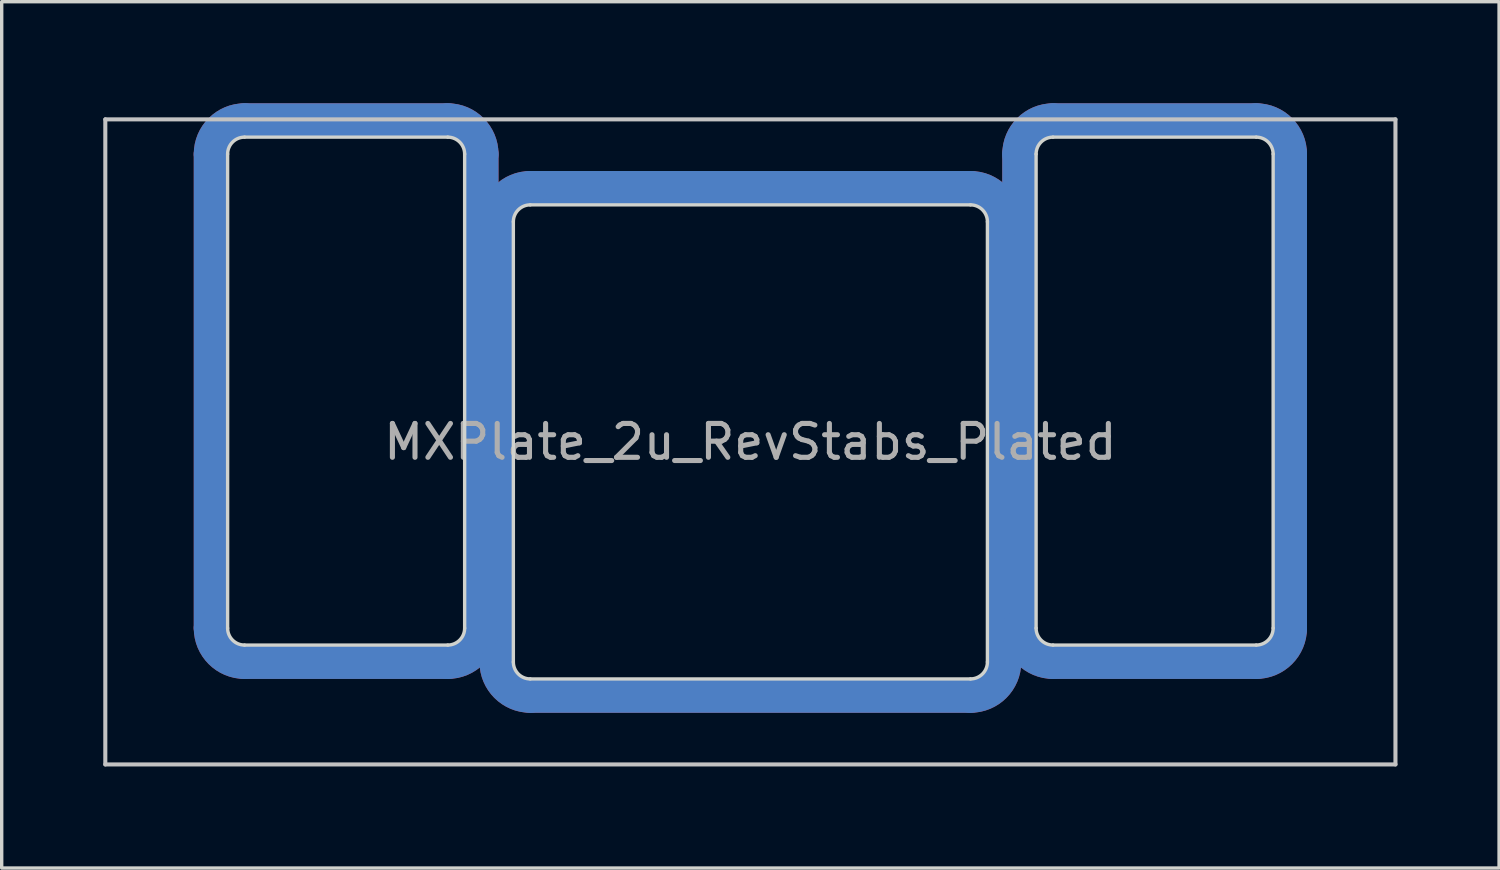
<source format=kicad_pcb>
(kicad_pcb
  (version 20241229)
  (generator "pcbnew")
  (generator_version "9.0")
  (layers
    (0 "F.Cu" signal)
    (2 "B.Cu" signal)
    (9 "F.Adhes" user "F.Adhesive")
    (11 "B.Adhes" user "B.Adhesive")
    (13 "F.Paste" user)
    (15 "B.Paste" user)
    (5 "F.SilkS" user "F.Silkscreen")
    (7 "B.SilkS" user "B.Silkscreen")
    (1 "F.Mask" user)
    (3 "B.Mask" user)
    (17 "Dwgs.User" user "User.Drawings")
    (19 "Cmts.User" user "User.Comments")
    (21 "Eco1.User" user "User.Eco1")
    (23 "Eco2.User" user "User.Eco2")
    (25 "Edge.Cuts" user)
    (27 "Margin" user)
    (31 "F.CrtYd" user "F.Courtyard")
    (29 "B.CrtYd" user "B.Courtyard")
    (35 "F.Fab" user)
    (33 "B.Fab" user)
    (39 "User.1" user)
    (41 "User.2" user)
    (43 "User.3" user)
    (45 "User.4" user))
  (footprint "MXPlate_2u_RevStabs_Plated"
    (layer "F.Cu")
    (at 19.11 10)
    (property "Reference" "MXPlate_2u_RevStabs_Plated" (at 0 0 0) (layer "F.Fab") (effects (font (size 1 1) (thickness 0.15))))
    (attr through_hole)
    (fp_line (start -15.938 -8.5) (end -15.938 5.5) (stroke (width 1) (type solid)) (layer "F.Cu"))
    (fp_line (start -14.938 6.5) (end -8.938 6.5) (stroke (width 1) (type solid)) (layer "F.Cu"))
    (fp_line (start -8.938 -9.5) (end -14.938 -9.5) (stroke (width 1) (type solid)) (layer "F.Cu"))
    (fp_line (start -7.938 5.5) (end -7.938 -8.5) (stroke (width 1) (type solid)) (layer "F.Cu"))
    (fp_line (start -7.5 -6.5) (end -7.5 6.5) (stroke (width 1) (type solid)) (layer "F.Cu"))
    (fp_line (start -6.5 7.5) (end 6.5 7.5) (stroke (width 1) (type solid)) (layer "F.Cu"))
    (fp_line (start 6.5 -7.5) (end -6.5 -7.5) (stroke (width 1) (type solid)) (layer "F.Cu"))
    (fp_line (start 7.5 6.5) (end 7.5 -6.5) (stroke (width 1) (type solid)) (layer "F.Cu"))
    (fp_line (start 7.938 -8.5) (end 7.938 5.5) (stroke (width 1) (type solid)) (layer "F.Cu"))
    (fp_line (start 8.938 6.5) (end 14.938 6.5) (stroke (width 1) (type solid)) (layer "F.Cu"))
    (fp_line (start 14.938 -9.5) (end 8.938 -9.5) (stroke (width 1) (type solid)) (layer "F.Cu"))
    (fp_line (start 15.938 5.5) (end 15.938 -8.5) (stroke (width 1) (type solid)) (layer "F.Cu"))
    (fp_arc (start -15.938 -8.499999) (mid -15.645107 -9.207106) (end -14.938 -9.499999) (stroke (width 1) (type solid)) (layer "F.Cu"))
    (fp_arc (start -14.938 6.5) (mid -15.645107 6.207107) (end -15.938 5.5) (stroke (width 1) (type solid)) (layer "F.Cu"))
    (fp_arc (start -8.937999 -9.499999) (mid -8.230892 -9.207106) (end -7.937999 -8.499999) (stroke (width 1) (type solid)) (layer "F.Cu"))
    (fp_arc (start -7.937999 5.5) (mid -8.230892 6.207107) (end -8.937999 6.5) (stroke (width 1) (type solid)) (layer "F.Cu"))
    (fp_arc (start -7.5 -6.5) (mid -7.207106 -7.207106) (end -6.499999 -7.499999) (stroke (width 1) (type solid)) (layer "F.Cu"))
    (fp_arc (start -6.5 7.500002) (mid -7.207107 7.207108) (end -7.5 6.5) (stroke (width 1) (type solid)) (layer "F.Cu"))
    (fp_arc (start 6.5 -7.499999) (mid 7.207107 -7.207106) (end 7.5 -6.499999) (stroke (width 1) (type solid)) (layer "F.Cu"))
    (fp_arc (start 7.5 6.500001) (mid 7.207107 7.207108) (end 6.5 7.500001) (stroke (width 1) (type solid)) (layer "F.Cu"))
    (fp_arc (start 7.938 -8.499999) (mid 8.230893 -9.207106) (end 8.938 -9.499999) (stroke (width 1) (type solid)) (layer "F.Cu"))
    (fp_arc (start 8.938 6.5) (mid 8.230893 6.207107) (end 7.938 5.5) (stroke (width 1) (type solid)) (layer "F.Cu"))
    (fp_arc (start 14.938 -9.499999) (mid 15.645107 -9.207106) (end 15.938 -8.499999) (stroke (width 1) (type solid)) (layer "F.Cu"))
    (fp_arc (start 15.937999 5.499999) (mid 15.645106 6.207106) (end 14.938 6.5) (stroke (width 1) (type solid)) (layer "F.Cu"))
    (fp_line (start -15.938 -8.5) (end -15.938 5.5) (stroke (width 1) (type solid)) (layer "F.Mask"))
    (fp_line (start -14.938 6.5) (end -8.938 6.5) (stroke (width 1) (type solid)) (layer "F.Mask"))
    (fp_line (start -8.938 -9.5) (end -14.938 -9.5) (stroke (width 1) (type solid)) (layer "F.Mask"))
    (fp_line (start -7.938 5.5) (end -7.938 -8.5) (stroke (width 1) (type solid)) (layer "F.Mask"))
    (fp_line (start -7.5 -6.5) (end -7.5 6.5) (stroke (width 1) (type solid)) (layer "F.Mask"))
    (fp_line (start -6.5 7.5) (end 6.5 7.5) (stroke (width 1) (type solid)) (layer "F.Mask"))
    (fp_line (start 6.5 -7.5) (end -6.5 -7.5) (stroke (width 1) (type solid)) (layer "F.Mask"))
    (fp_line (start 7.5 6.5) (end 7.5 -6.5) (stroke (width 1) (type solid)) (layer "F.Mask"))
    (fp_line (start 7.938 -8.5) (end 7.938 5.5) (stroke (width 1) (type solid)) (layer "F.Mask"))
    (fp_line (start 8.938 6.5) (end 14.938 6.5) (stroke (width 1) (type solid)) (layer "F.Mask"))
    (fp_line (start 14.938 -9.5) (end 8.938 -9.5) (stroke (width 1) (type solid)) (layer "F.Mask"))
    (fp_line (start 15.938 5.5) (end 15.938 -8.5) (stroke (width 1) (type solid)) (layer "F.Mask"))
    (fp_arc (start -15.938 -8.499999) (mid -15.645107 -9.207106) (end -14.938 -9.499999) (stroke (width 1) (type solid)) (layer "F.Mask"))
    (fp_arc (start -14.938 6.5) (mid -15.645107 6.207107) (end -15.938 5.5) (stroke (width 1) (type solid)) (layer "F.Mask"))
    (fp_arc (start -8.937999 -9.499999) (mid -8.230892 -9.207106) (end -7.937999 -8.499999) (stroke (width 1) (type solid)) (layer "F.Mask"))
    (fp_arc (start -7.937999 5.5) (mid -8.230892 6.207107) (end -8.937999 6.5) (stroke (width 1) (type solid)) (layer "F.Mask"))
    (fp_arc (start -7.5 -6.5) (mid -7.207106 -7.207106) (end -6.499999 -7.499999) (stroke (width 1) (type solid)) (layer "F.Mask"))
    (fp_arc (start -6.5 7.500002) (mid -7.207107 7.207108) (end -7.5 6.5) (stroke (width 1) (type solid)) (layer "F.Mask"))
    (fp_arc (start 6.5 -7.499999) (mid 7.207107 -7.207106) (end 7.5 -6.499999) (stroke (width 1) (type solid)) (layer "F.Mask"))
    (fp_arc (start 7.5 6.500001) (mid 7.207107 7.207108) (end 6.5 7.500001) (stroke (width 1) (type solid)) (layer "F.Mask"))
    (fp_arc (start 7.938 -8.499999) (mid 8.230893 -9.207106) (end 8.938 -9.499999) (stroke (width 1) (type solid)) (layer "F.Mask"))
    (fp_arc (start 8.938 6.5) (mid 8.230893 6.207107) (end 7.938 5.5) (stroke (width 1) (type solid)) (layer "F.Mask"))
    (fp_arc (start 14.938 -9.499999) (mid 15.645107 -9.207106) (end 15.938 -8.499999) (stroke (width 1) (type solid)) (layer "F.Mask"))
    (fp_arc (start 15.937999 5.499999) (mid 15.645106 6.207106) (end 14.938 6.5) (stroke (width 1) (type solid)) (layer "F.Mask"))
    (fp_line (start -15.938 5.5) (end -15.938 -8.5) (stroke (width 1) (type solid)) (layer "B.Cu"))
    (fp_line (start -14.938 -9.5) (end -8.938 -9.5) (stroke (width 1) (type solid)) (layer "B.Cu"))
    (fp_line (start -8.938 6.5) (end -14.938 6.5) (stroke (width 1) (type solid)) (layer "B.Cu"))
    (fp_line (start -7.938 -8.5) (end -7.938 5.5) (stroke (width 1) (type solid)) (layer "B.Cu"))
    (fp_line (start -7.5 6.5) (end -7.5 -6.5) (stroke (width 1) (type solid)) (layer "B.Cu"))
    (fp_line (start -6.5 -7.5) (end 6.5 -7.5) (stroke (width 1) (type solid)) (layer "B.Cu"))
    (fp_line (start 6.5 7.5) (end -6.5 7.5) (stroke (width 1) (type solid)) (layer "B.Cu"))
    (fp_line (start 7.5 -6.5) (end 7.5 6.5) (stroke (width 1) (type solid)) (layer "B.Cu"))
    (fp_line (start 7.938 5.5) (end 7.938 -8.5) (stroke (width 1) (type solid)) (layer "B.Cu"))
    (fp_line (start 8.938 -9.5) (end 14.938 -9.5) (stroke (width 1) (type solid)) (layer "B.Cu"))
    (fp_line (start 14.938 6.5) (end 8.938 6.5) (stroke (width 1) (type solid)) (layer "B.Cu"))
    (fp_line (start 15.938 -8.5) (end 15.938 5.5) (stroke (width 1) (type solid)) (layer "B.Cu"))
    (fp_arc (start -15.938 -8.5) (mid -15.645107 -9.207107) (end -14.938 -9.5) (stroke (width 1) (type solid)) (layer "B.Cu"))
    (fp_arc (start -14.938 6.499999) (mid -15.645106 6.207105) (end -15.937999 5.499998) (stroke (width 1) (type solid)) (layer "B.Cu"))
    (fp_arc (start -8.938 -9.5) (mid -8.230893 -9.207107) (end -7.938 -8.5) (stroke (width 1) (type solid)) (layer "B.Cu"))
    (fp_arc (start -7.938 5.499999) (mid -8.230893 6.207106) (end -8.938 6.499999) (stroke (width 1) (type solid)) (layer "B.Cu"))
    (fp_arc (start -7.5 -6.5) (mid -7.207107 -7.207107) (end -6.5 -7.5) (stroke (width 1) (type solid)) (layer "B.Cu"))
    (fp_arc (start -6.5 7.5) (mid -7.207107 7.207107) (end -7.5 6.5) (stroke (width 1) (type solid)) (layer "B.Cu"))
    (fp_arc (start 6.499999 -7.5) (mid 7.207106 -7.207107) (end 7.5 -6.500001) (stroke (width 1) (type solid)) (layer "B.Cu"))
    (fp_arc (start 7.5 6.499999) (mid 7.207107 7.207107) (end 6.5 7.500001) (stroke (width 1) (type solid)) (layer "B.Cu"))
    (fp_arc (start 7.937999 -8.5) (mid 8.230892 -9.207107) (end 8.937999 -9.5) (stroke (width 1) (type solid)) (layer "B.Cu"))
    (fp_arc (start 8.937999 6.499999) (mid 8.230892 6.207106) (end 7.937999 5.499999) (stroke (width 1) (type solid)) (layer "B.Cu"))
    (fp_arc (start 14.938 -9.5) (mid 15.645107 -9.207107) (end 15.938 -8.5) (stroke (width 1) (type solid)) (layer "B.Cu"))
    (fp_arc (start 15.938 5.499999) (mid 15.645107 6.207106) (end 14.938 6.499999) (stroke (width 1) (type solid)) (layer "B.Cu"))
    (fp_line (start -15.938 5.5) (end -15.938 -8.5) (stroke (width 1) (type solid)) (layer "B.Mask"))
    (fp_line (start -14.938 -9.5) (end -8.938 -9.5) (stroke (width 1) (type solid)) (layer "B.Mask"))
    (fp_line (start -8.938 6.5) (end -14.938 6.5) (stroke (width 1) (type solid)) (layer "B.Mask"))
    (fp_line (start -7.938 -8.5) (end -7.938 5.5) (stroke (width 1) (type solid)) (layer "B.Mask"))
    (fp_line (start -7.5 6.5) (end -7.5 -6.5) (stroke (width 1) (type solid)) (layer "B.Mask"))
    (fp_line (start -6.5 -7.5) (end 6.5 -7.5) (stroke (width 1) (type solid)) (layer "B.Mask"))
    (fp_line (start 6.5 7.5) (end -6.5 7.5) (stroke (width 1) (type solid)) (layer "B.Mask"))
    (fp_line (start 7.5 -6.5) (end 7.5 6.5) (stroke (width 1) (type solid)) (layer "B.Mask"))
    (fp_line (start 7.938 5.5) (end 7.938 -8.5) (stroke (width 1) (type solid)) (layer "B.Mask"))
    (fp_line (start 8.938 -9.5) (end 14.938 -9.5) (stroke (width 1) (type solid)) (layer "B.Mask"))
    (fp_line (start 14.938 6.5) (end 8.938 6.5) (stroke (width 1) (type solid)) (layer "B.Mask"))
    (fp_line (start 15.938 -8.5) (end 15.938 5.5) (stroke (width 1) (type solid)) (layer "B.Mask"))
    (fp_arc (start -15.937999 -8.5) (mid -15.645106 -9.207107) (end -14.937999 -9.5) (stroke (width 1) (type solid)) (layer "B.Mask"))
    (fp_arc (start -14.937999 6.499999) (mid -15.645105 6.207105) (end -15.937998 5.499998) (stroke (width 1) (type solid)) (layer "B.Mask"))
    (fp_arc (start -8.937999 -9.5) (mid -8.230892 -9.207107) (end -7.937999 -8.5) (stroke (width 1) (type solid)) (layer "B.Mask"))
    (fp_arc (start -7.937999 5.499999) (mid -8.230892 6.207106) (end -8.937999 6.499999) (stroke (width 1) (type solid)) (layer "B.Mask"))
    (fp_arc (start -7.499999 -6.5) (mid -7.207106 -7.207107) (end -6.499999 -7.5) (stroke (width 1) (type solid)) (layer "B.Mask"))
    (fp_arc (start -6.499999 7.5) (mid -7.207106 7.207107) (end -7.499999 6.5) (stroke (width 1) (type solid)) (layer "B.Mask"))
    (fp_arc (start 6.5 -7.5) (mid 7.207107 -7.207107) (end 7.500001 -6.500001) (stroke (width 1) (type solid)) (layer "B.Mask"))
    (fp_arc (start 7.500001 6.499999) (mid 7.207108 7.207107) (end 6.500001 7.500001) (stroke (width 1) (type solid)) (layer "B.Mask"))
    (fp_arc (start 7.938 -8.5) (mid 8.230893 -9.207107) (end 8.938 -9.5) (stroke (width 1) (type solid)) (layer "B.Mask"))
    (fp_arc (start 8.938 6.499999) (mid 8.230893 6.207106) (end 7.938 5.499999) (stroke (width 1) (type solid)) (layer "B.Mask"))
    (fp_arc (start 14.938001 -9.5) (mid 15.645108 -9.207107) (end 15.938001 -8.5) (stroke (width 1) (type solid)) (layer "B.Mask"))
    (fp_arc (start 15.938001 5.499999) (mid 15.645108 6.207106) (end 14.938001 6.499999) (stroke (width 1) (type solid)) (layer "B.Mask"))
    (fp_line (start -19.05 -9.525) (end -19.05 9.525) (stroke (width 0.12) (type solid)) (layer "Dwgs.User"))
    (fp_line (start -19.05 -9.525) (end 19.05 -9.525) (stroke (width 0.12) (type solid)) (layer "Dwgs.User"))
    (fp_line (start -19.05 9.525) (end 19.05 9.525) (stroke (width 0.12) (type solid)) (layer "Dwgs.User"))
    (fp_line (start 19.05 -9.525) (end 19.05 9.525) (stroke (width 0.12) (type solid)) (layer "Dwgs.User"))
    (fp_line (start -15.438 5.5) (end -15.438 -8.5) (stroke (width 0.1) (type solid)) (layer "Edge.Cuts"))
    (fp_line (start -14.938 -9) (end -8.938 -9) (stroke (width 0.1) (type solid)) (layer "Edge.Cuts"))
    (fp_line (start -8.938 6) (end -14.938 6) (stroke (width 0.1) (type solid)) (layer "Edge.Cuts"))
    (fp_line (start -8.438 -8.5) (end -8.438 5.5) (stroke (width 0.1) (type solid)) (layer "Edge.Cuts"))
    (fp_line (start -7 -6.5) (end -7 6.5) (stroke (width 0.1) (type solid)) (layer "Edge.Cuts"))
    (fp_line (start -6.5 7) (end 6.5 7) (stroke (width 0.1) (type solid)) (layer "Edge.Cuts"))
    (fp_line (start 6.5 -7) (end -6.5 -7) (stroke (width 0.1) (type solid)) (layer "Edge.Cuts"))
    (fp_line (start 7 6.5) (end 7 -6.5) (stroke (width 0.1) (type solid)) (layer "Edge.Cuts"))
    (fp_line (start 8.438 5.5) (end 8.438 -8.5) (stroke (width 0.1) (type solid)) (layer "Edge.Cuts"))
    (fp_line (start 8.938 -9) (end 14.938 -9) (stroke (width 0.1) (type solid)) (layer "Edge.Cuts"))
    (fp_line (start 14.938 6) (end 8.938 6) (stroke (width 0.1) (type solid)) (layer "Edge.Cuts"))
    (fp_line (start 15.438 -8.5) (end 15.438 5.5) (stroke (width 0.1) (type solid)) (layer "Edge.Cuts"))
    (fp_arc (start -15.437999 -8.499998) (mid -15.291553 -8.853552) (end -14.938 -8.999999) (stroke (width 0.1) (type solid)) (layer "Edge.Cuts"))
    (fp_arc (start -14.938 6) (mid -15.291553 5.853553) (end -15.438 5.5) (stroke (width 0.1) (type solid)) (layer "Edge.Cuts"))
    (fp_arc (start -8.937999 -8.999999) (mid -8.584446 -8.853552) (end -8.437999 -8.499999) (stroke (width 0.1) (type solid)) (layer "Edge.Cuts"))
    (fp_arc (start -8.437999 5.5) (mid -8.584446 5.853553) (end -8.937999 6) (stroke (width 0.1) (type solid)) (layer "Edge.Cuts"))
    (fp_arc (start -7 -6.5) (mid -6.853553 -6.853553) (end -6.499999 -6.999999) (stroke (width 0.1) (type solid)) (layer "Edge.Cuts"))
    (fp_arc (start -6.5 7.000002) (mid -6.853554 6.853554) (end -7 6.5) (stroke (width 0.1) (type solid)) (layer "Edge.Cuts"))
    (fp_arc (start 6.5 -6.999999) (mid 6.853553 -6.853552) (end 7 -6.499999) (stroke (width 0.1) (type solid)) (layer "Edge.Cuts"))
    (fp_arc (start 7 6.500001) (mid 6.853553 6.853554) (end 6.5 7.000001) (stroke (width 0.1) (type solid)) (layer "Edge.Cuts"))
    (fp_arc (start 8.438 -8.499999) (mid 8.584447 -8.853552) (end 8.938 -8.999999) (stroke (width 0.1) (type solid)) (layer "Edge.Cuts"))
    (fp_arc (start 8.938 6) (mid 8.584447 5.853553) (end 8.438 5.5) (stroke (width 0.1) (type solid)) (layer "Edge.Cuts"))
    (fp_arc (start 14.938 -8.999999) (mid 15.291553 -8.853552) (end 15.438 -8.499999) (stroke (width 0.1) (type solid)) (layer "Edge.Cuts"))
    (fp_arc (start 15.437999 5.499999) (mid 15.291553 5.853553) (end 14.938 6) (stroke (width 0.1) (type solid)) (layer "Edge.Cuts")))
  (gr_rect
    (start -3 -3)
    (end 41.22 22.585)
    (stroke (width 0.1) (type default))
    (fill no)
    (layer "Edge.Cuts")))
</source>
